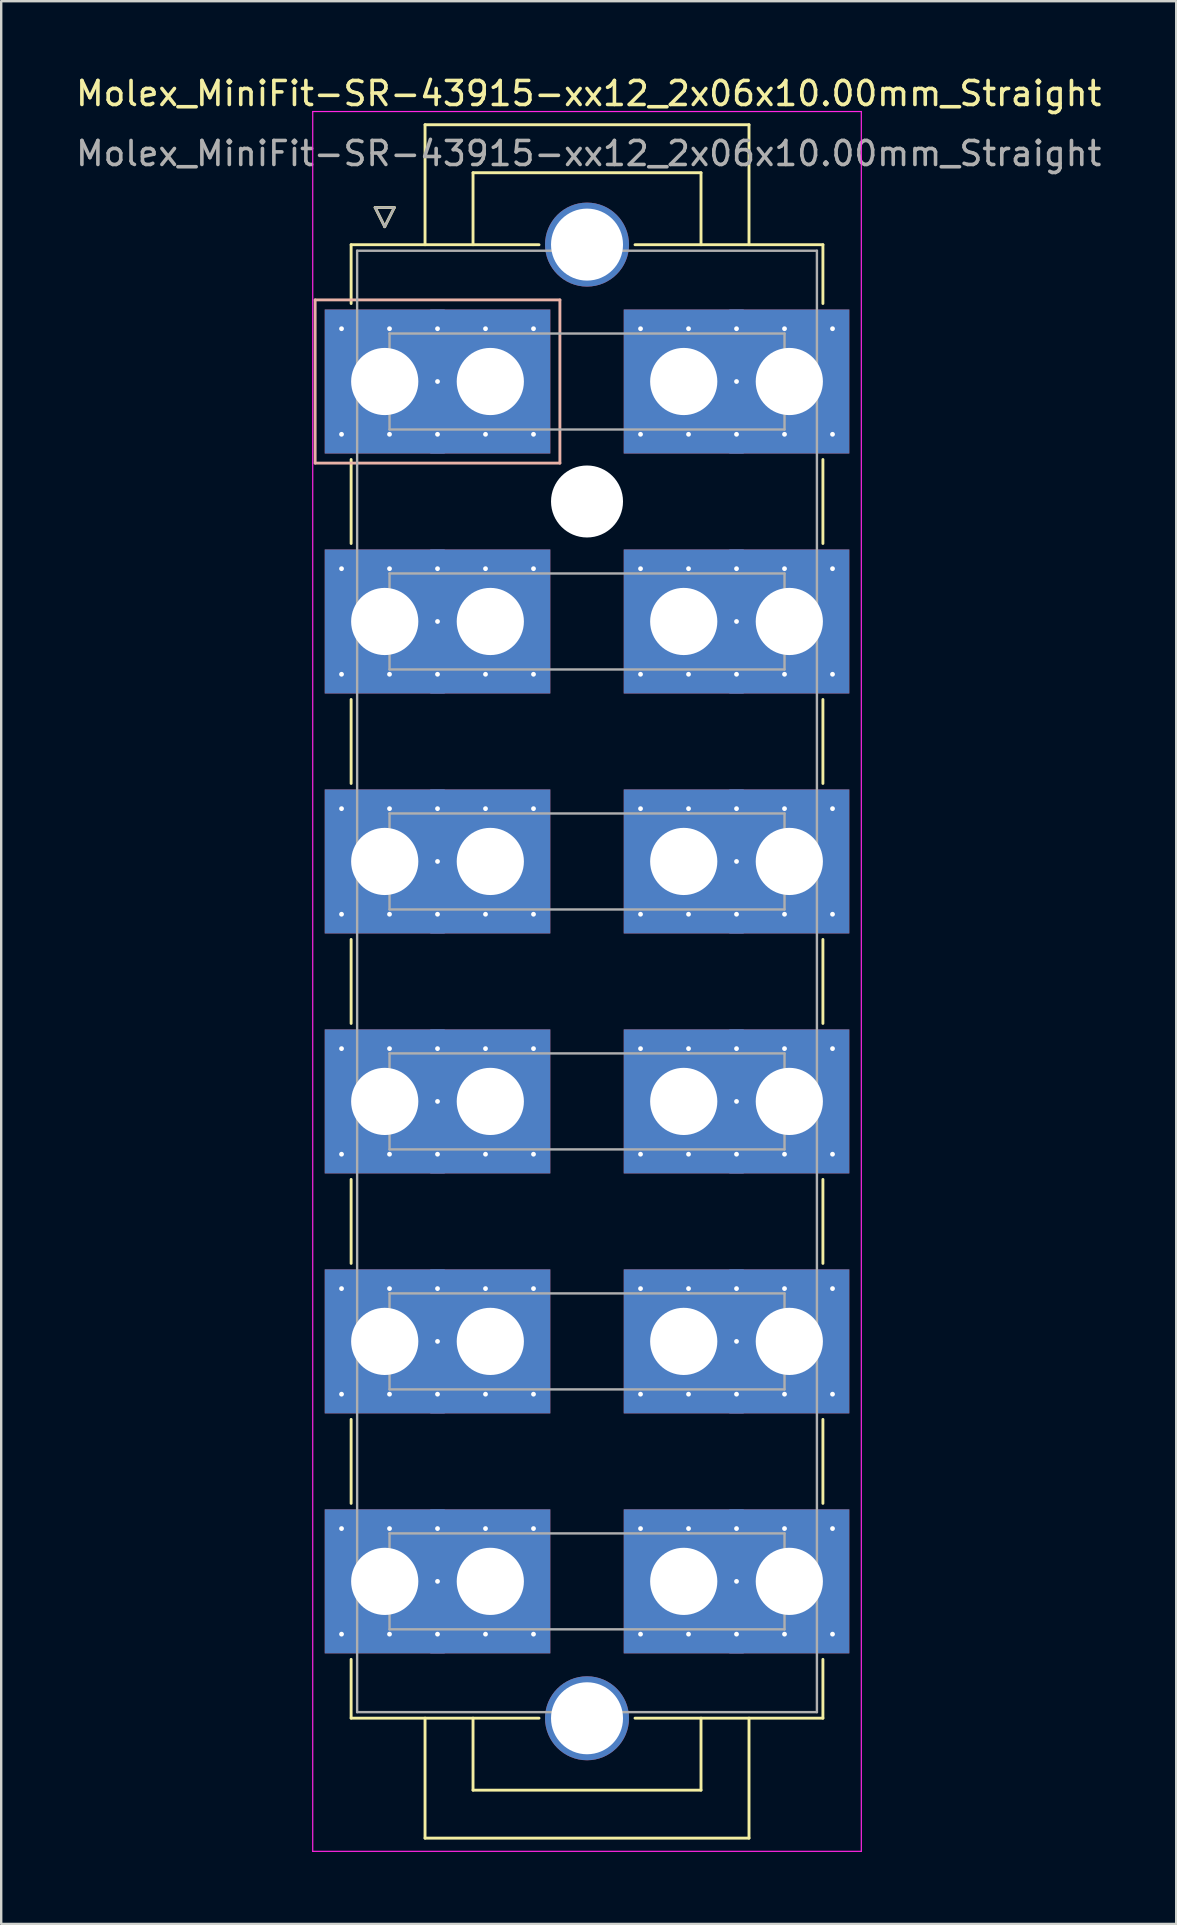
<source format=kicad_pcb>
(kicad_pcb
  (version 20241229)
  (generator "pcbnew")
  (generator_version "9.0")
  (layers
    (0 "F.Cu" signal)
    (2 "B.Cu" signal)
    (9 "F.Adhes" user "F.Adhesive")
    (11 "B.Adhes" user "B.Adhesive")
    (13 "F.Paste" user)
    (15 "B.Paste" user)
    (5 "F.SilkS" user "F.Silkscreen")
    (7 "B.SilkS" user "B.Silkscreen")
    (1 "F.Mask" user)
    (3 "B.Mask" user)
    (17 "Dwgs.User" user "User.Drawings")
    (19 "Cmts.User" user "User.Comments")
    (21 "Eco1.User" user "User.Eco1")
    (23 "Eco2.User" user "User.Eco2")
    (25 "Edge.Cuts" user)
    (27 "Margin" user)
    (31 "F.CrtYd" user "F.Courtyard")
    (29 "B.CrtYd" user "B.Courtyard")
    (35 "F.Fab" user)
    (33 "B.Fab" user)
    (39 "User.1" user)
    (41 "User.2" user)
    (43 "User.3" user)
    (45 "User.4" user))
  (footprint "Molex_MiniFit-SR-43915-xx12_2x06x10.00mm_Straight"
    (layer "F.Cu")
    (at 12.982 12.848)
    (property "Reference" "Molex_MiniFit-SR-43915-xx12_2x06x10.00mm_Straight" (at 8.5 -12 0) (layer "F.SilkS") (effects (font (size 1 1) (thickness 0.15))))
    (attr through_hole)
    (fp_line (start -1.4 -5.7) (end 6.43 -5.7) (stroke (width 0.12) (type solid)) (layer "F.SilkS"))
    (fp_line (start -1.4 -3.25) (end -1.4 -5.7) (stroke (width 0.12) (type solid)) (layer "F.SilkS"))
    (fp_line (start -1.4 3.25) (end -1.4 6.75) (stroke (width 0.12) (type solid)) (layer "F.SilkS"))
    (fp_line (start -1.4 13.25) (end -1.4 16.75) (stroke (width 0.12) (type solid)) (layer "F.SilkS"))
    (fp_line (start -1.4 23.25) (end -1.4 26.75) (stroke (width 0.12) (type solid)) (layer "F.SilkS"))
    (fp_line (start -1.4 33.25) (end -1.4 36.75) (stroke (width 0.12) (type solid)) (layer "F.SilkS"))
    (fp_line (start -1.4 43.25) (end -1.4 46.75) (stroke (width 0.12) (type solid)) (layer "F.SilkS"))
    (fp_line (start -1.4 53.25) (end -1.4 55.7) (stroke (width 0.12) (type solid)) (layer "F.SilkS"))
    (fp_line (start -1.4 55.7) (end 6.43 55.7) (stroke (width 0.12) (type solid)) (layer "F.SilkS"))
    (fp_line (start -0.4 -7.25) (end 0 -6.45) (stroke (width 0.12) (type solid)) (layer "F.SilkS"))
    (fp_line (start 0 -6.45) (end 0.4 -7.25) (stroke (width 0.12) (type solid)) (layer "F.SilkS"))
    (fp_line (start 0.4 -7.25) (end -0.4 -7.25) (stroke (width 0.12) (type solid)) (layer "F.SilkS"))
    (fp_line (start 1.68 -10.7) (end 1.68 -5.7) (stroke (width 0.12) (type solid)) (layer "F.SilkS"))
    (fp_line (start 1.68 60.7) (end 1.68 55.7) (stroke (width 0.12) (type solid)) (layer "F.SilkS"))
    (fp_line (start 3.68 -8.7) (end 3.68 -5.7) (stroke (width 0.12) (type solid)) (layer "F.SilkS"))
    (fp_line (start 3.68 58.7) (end 3.68 55.7) (stroke (width 0.12) (type solid)) (layer "F.SilkS"))
    (fp_line (start 13.18 -8.7) (end 3.68 -8.7) (stroke (width 0.12) (type solid)) (layer "F.SilkS"))
    (fp_line (start 13.18 -5.7) (end 13.18 -8.7) (stroke (width 0.12) (type solid)) (layer "F.SilkS"))
    (fp_line (start 13.18 55.7) (end 13.18 58.7) (stroke (width 0.12) (type solid)) (layer "F.SilkS"))
    (fp_line (start 13.18 58.7) (end 3.68 58.7) (stroke (width 0.12) (type solid)) (layer "F.SilkS"))
    (fp_line (start 15.18 -10.7) (end 1.68 -10.7) (stroke (width 0.12) (type solid)) (layer "F.SilkS"))
    (fp_line (start 15.18 -5.7) (end 15.18 -10.7) (stroke (width 0.12) (type solid)) (layer "F.SilkS"))
    (fp_line (start 15.18 55.7) (end 15.18 60.7) (stroke (width 0.12) (type solid)) (layer "F.SilkS"))
    (fp_line (start 15.18 60.7) (end 1.68 60.7) (stroke (width 0.12) (type solid)) (layer "F.SilkS"))
    (fp_line (start 18.26 -5.7) (end 10.43 -5.7) (stroke (width 0.12) (type solid)) (layer "F.SilkS"))
    (fp_line (start 18.26 -3.25) (end 18.26 -5.7) (stroke (width 0.12) (type solid)) (layer "F.SilkS"))
    (fp_line (start 18.26 3.25) (end 18.26 6.75) (stroke (width 0.12) (type solid)) (layer "F.SilkS"))
    (fp_line (start 18.26 13.25) (end 18.26 16.75) (stroke (width 0.12) (type solid)) (layer "F.SilkS"))
    (fp_line (start 18.26 23.25) (end 18.26 26.75) (stroke (width 0.12) (type solid)) (layer "F.SilkS"))
    (fp_line (start 18.26 33.25) (end 18.26 36.75) (stroke (width 0.12) (type solid)) (layer "F.SilkS"))
    (fp_line (start 18.26 43.25) (end 18.26 46.75) (stroke (width 0.12) (type solid)) (layer "F.SilkS"))
    (fp_line (start 18.26 53.25) (end 18.26 55.7) (stroke (width 0.12) (type solid)) (layer "F.SilkS"))
    (fp_line (start 18.26 55.7) (end 10.43 55.7) (stroke (width 0.12) (type solid)) (layer "F.SilkS"))
    (fp_line (start -2.9 -3.4) (end -2.9 3.4) (stroke (width 0.12) (type solid)) (layer "B.SilkS"))
    (fp_line (start -2.9 3.4) (end 7.3 3.4) (stroke (width 0.12) (type solid)) (layer "B.SilkS"))
    (fp_line (start 7.3 -3.4) (end -2.9 -3.4) (stroke (width 0.12) (type solid)) (layer "B.SilkS"))
    (fp_line (start 7.3 3.4) (end 7.3 -3.4) (stroke (width 0.12) (type solid)) (layer "B.SilkS"))
    (fp_line (start -3 -11.25) (end -3 61.25) (stroke (width 0.05) (type solid)) (layer "F.CrtYd"))
    (fp_line (start -3 61.25) (end 19.86 61.25) (stroke (width 0.05) (type solid)) (layer "F.CrtYd"))
    (fp_line (start 19.86 -11.25) (end -3 -11.25) (stroke (width 0.05) (type solid)) (layer "F.CrtYd"))
    (fp_line (start 19.86 61.25) (end 19.86 -11.25) (stroke (width 0.05) (type solid)) (layer "F.CrtYd"))
    (fp_line (start -1.15 -5.45) (end -1.15 55.45) (stroke (width 0.1) (type solid)) (layer "F.Fab"))
    (fp_line (start -1.15 55.45) (end 18.01 55.45) (stroke (width 0.1) (type solid)) (layer "F.Fab"))
    (fp_line (start -0.4 -7.25) (end 0 -6.45) (stroke (width 0.1) (type solid)) (layer "F.Fab"))
    (fp_line (start 0 -6.45) (end 0.4 -7.25) (stroke (width 0.1) (type solid)) (layer "F.Fab"))
    (fp_line (start 0.2 -2) (end 0.2 2) (stroke (width 0.1) (type solid)) (layer "F.Fab"))
    (fp_line (start 0.2 2) (end 16.66 2) (stroke (width 0.1) (type solid)) (layer "F.Fab"))
    (fp_line (start 0.2 8) (end 0.2 12) (stroke (width 0.1) (type solid)) (layer "F.Fab"))
    (fp_line (start 0.2 12) (end 16.66 12) (stroke (width 0.1) (type solid)) (layer "F.Fab"))
    (fp_line (start 0.2 18) (end 0.2 22) (stroke (width 0.1) (type solid)) (layer "F.Fab"))
    (fp_line (start 0.2 22) (end 16.66 22) (stroke (width 0.1) (type solid)) (layer "F.Fab"))
    (fp_line (start 0.2 28) (end 0.2 32) (stroke (width 0.1) (type solid)) (layer "F.Fab"))
    (fp_line (start 0.2 32) (end 16.66 32) (stroke (width 0.1) (type solid)) (layer "F.Fab"))
    (fp_line (start 0.2 38) (end 0.2 42) (stroke (width 0.1) (type solid)) (layer "F.Fab"))
    (fp_line (start 0.2 42) (end 16.66 42) (stroke (width 0.1) (type solid)) (layer "F.Fab"))
    (fp_line (start 0.2 48) (end 0.2 52) (stroke (width 0.1) (type solid)) (layer "F.Fab"))
    (fp_line (start 0.2 52) (end 16.66 52) (stroke (width 0.1) (type solid)) (layer "F.Fab"))
    (fp_line (start 0.4 -7.25) (end -0.4 -7.25) (stroke (width 0.1) (type solid)) (layer "F.Fab"))
    (fp_line (start 16.66 -2) (end 0.2 -2) (stroke (width 0.1) (type solid)) (layer "F.Fab"))
    (fp_line (start 16.66 2) (end 16.66 -2) (stroke (width 0.1) (type solid)) (layer "F.Fab"))
    (fp_line (start 16.66 8) (end 0.2 8) (stroke (width 0.1) (type solid)) (layer "F.Fab"))
    (fp_line (start 16.66 12) (end 16.66 8) (stroke (width 0.1) (type solid)) (layer "F.Fab"))
    (fp_line (start 16.66 18) (end 0.2 18) (stroke (width 0.1) (type solid)) (layer "F.Fab"))
    (fp_line (start 16.66 22) (end 16.66 18) (stroke (width 0.1) (type solid)) (layer "F.Fab"))
    (fp_line (start 16.66 28) (end 0.2 28) (stroke (width 0.1) (type solid)) (layer "F.Fab"))
    (fp_line (start 16.66 32) (end 16.66 28) (stroke (width 0.1) (type solid)) (layer "F.Fab"))
    (fp_line (start 16.66 38) (end 0.2 38) (stroke (width 0.1) (type solid)) (layer "F.Fab"))
    (fp_line (start 16.66 42) (end 16.66 38) (stroke (width 0.1) (type solid)) (layer "F.Fab"))
    (fp_line (start 16.66 48) (end 0.2 48) (stroke (width 0.1) (type solid)) (layer "F.Fab"))
    (fp_line (start 16.66 52) (end 16.66 48) (stroke (width 0.1) (type solid)) (layer "F.Fab"))
    (fp_line (start 18.01 -5.45) (end -1.15 -5.45) (stroke (width 0.1) (type solid)) (layer "F.Fab"))
    (fp_line (start 18.01 55.45) (end 18.01 -5.45) (stroke (width 0.1) (type solid)) (layer "F.Fab"))
    (fp_text user "${REFERENCE}" (at 8.5 -9.5 0) (layer "F.Fab") (effects (font (size 1 1) (thickness 0.15))))
    (pad "" thru_hole circle (at 2.2 0 270) (size 0.5 0.5) (drill 0.2) (layers "*.Cu" "*.Mask"))
    (pad "" thru_hole circle (at 2.2 10 270) (size 0.5 0.5) (drill 0.2) (layers "*.Cu" "*.Mask"))
    (pad "" thru_hole circle (at 2.2 20 270) (size 0.5 0.5) (drill 0.2) (layers "*.Cu" "*.Mask"))
    (pad "" thru_hole circle (at 2.2 30 270) (size 0.5 0.5) (drill 0.2) (layers "*.Cu" "*.Mask"))
    (pad "" thru_hole circle (at 2.2 40 270) (size 0.5 0.5) (drill 0.2) (layers "*.Cu" "*.Mask"))
    (pad "" thru_hole circle (at 2.2 50 270) (size 0.5 0.5) (drill 0.2) (layers "*.Cu" "*.Mask"))
    (pad "" thru_hole circle (at 8.43 -5.705 270) (size 3.5 3.5) (drill 3) (layers "*.Cu" "*.Mask"))
    (pad "" np_thru_hole circle (at 8.43 5 270) (size 3 3) (drill 3) (layers "*.Cu" "*.Mask"))
    (pad "" thru_hole circle (at 8.43 55.705 270) (size 3.5 3.5) (drill 3) (layers "*.Cu" "*.Mask"))
    (pad "" thru_hole circle (at 14.66 0 270) (size 0.5 0.5) (drill 0.2) (layers "*.Cu" "*.Mask"))
    (pad "" thru_hole circle (at 14.66 10 270) (size 0.5 0.5) (drill 0.2) (layers "*.Cu" "*.Mask"))
    (pad "" thru_hole circle (at 14.66 20 270) (size 0.5 0.5) (drill 0.2) (layers "*.Cu" "*.Mask"))
    (pad "" thru_hole circle (at 14.66 30 270) (size 0.5 0.5) (drill 0.2) (layers "*.Cu" "*.Mask"))
    (pad "" thru_hole circle (at 14.66 40 270) (size 0.5 0.5) (drill 0.2) (layers "*.Cu" "*.Mask"))
    (pad "" thru_hole circle (at 14.66 50 270) (size 0.5 0.5) (drill 0.2) (layers "*.Cu" "*.Mask"))
    (pad "1" thru_hole rect (at -1.8 -2.2 270) (size 0.5 0.5) (drill 0.2) (layers "*.Cu" "*.Mask"))
    (pad "1" thru_hole rect (at -1.8 2.2 270) (size 0.5 0.5) (drill 0.2) (layers "*.Cu" "*.Mask"))
    (pad "1" thru_hole rect (at 0 0 270) (size 6 5) (drill 2.8) (layers "*.Cu" "*.Mask"))
    (pad "1" thru_hole rect (at 0.2 -2.2 270) (size 0.5 0.5) (drill 0.2) (layers "*.Cu" "*.Mask"))
    (pad "1" thru_hole rect (at 0.2 2.2 270) (size 0.5 0.5) (drill 0.2) (layers "*.Cu" "*.Mask"))
    (pad "1" thru_hole rect (at 2.2 -2.2 270) (size 0.5 0.5) (drill 0.2) (layers "*.Cu" "*.Mask"))
    (pad "1" thru_hole rect (at 2.2 2.2 270) (size 0.5 0.5) (drill 0.2) (layers "*.Cu" "*.Mask"))
    (pad "1" thru_hole rect (at 4.2 -2.2 270) (size 0.5 0.5) (drill 0.2) (layers "*.Cu" "*.Mask"))
    (pad "1" thru_hole rect (at 4.2 2.2 270) (size 0.5 0.5) (drill 0.2) (layers "*.Cu" "*.Mask"))
    (pad "1" thru_hole rect (at 4.4 0 270) (size 6 5) (drill 2.8) (layers "*.Cu" "*.Mask"))
    (pad "1" thru_hole rect (at 6.2 -2.2 270) (size 0.5 0.5) (drill 0.2) (layers "*.Cu" "*.Mask"))
    (pad "1" thru_hole rect (at 6.2 2.2 270) (size 0.5 0.5) (drill 0.2) (layers "*.Cu" "*.Mask"))
    (pad "2" thru_hole circle (at 10.66 -2.2 270) (size 0.5 0.5) (drill 0.2) (layers "*.Cu" "*.Mask"))
    (pad "2" thru_hole circle (at 10.66 2.2 270) (size 0.5 0.5) (drill 0.2) (layers "*.Cu" "*.Mask"))
    (pad "2" thru_hole rect (at 12.46 0 270) (size 6 5) (drill 2.8) (layers "*.Cu" "*.Mask"))
    (pad "2" thru_hole circle (at 12.66 -2.2 270) (size 0.5 0.5) (drill 0.2) (layers "*.Cu" "*.Mask"))
    (pad "2" thru_hole circle (at 12.66 2.2 270) (size 0.5 0.5) (drill 0.2) (layers "*.Cu" "*.Mask"))
    (pad "2" thru_hole circle (at 14.66 -2.2 270) (size 0.5 0.5) (drill 0.2) (layers "*.Cu" "*.Mask"))
    (pad "2" thru_hole circle (at 14.66 2.2 270) (size 0.5 0.5) (drill 0.2) (layers "*.Cu" "*.Mask"))
    (pad "2" thru_hole circle (at 16.66 -2.2 270) (size 0.5 0.5) (drill 0.2) (layers "*.Cu" "*.Mask"))
    (pad "2" thru_hole circle (at 16.66 2.2 270) (size 0.5 0.5) (drill 0.2) (layers "*.Cu" "*.Mask"))
    (pad "2" thru_hole rect (at 16.86 0 270) (size 6 5) (drill 2.8) (layers "*.Cu" "*.Mask"))
    (pad "2" thru_hole circle (at 18.66 -2.2 270) (size 0.5 0.5) (drill 0.2) (layers "*.Cu" "*.Mask"))
    (pad "2" thru_hole circle (at 18.66 2.2 270) (size 0.5 0.5) (drill 0.2) (layers "*.Cu" "*.Mask"))
    (pad "3" thru_hole circle (at -1.8 7.8 270) (size 0.5 0.5) (drill 0.2) (layers "*.Cu" "*.Mask"))
    (pad "3" thru_hole circle (at -1.8 12.2 270) (size 0.5 0.5) (drill 0.2) (layers "*.Cu" "*.Mask"))
    (pad "3" thru_hole rect (at 0 10 270) (size 6 5) (drill 2.8) (layers "*.Cu" "*.Mask"))
    (pad "3" thru_hole circle (at 0.2 7.8 270) (size 0.5 0.5) (drill 0.2) (layers "*.Cu" "*.Mask"))
    (pad "3" thru_hole circle (at 0.2 12.2 270) (size 0.5 0.5) (drill 0.2) (layers "*.Cu" "*.Mask"))
    (pad "3" thru_hole circle (at 2.2 7.8 270) (size 0.5 0.5) (drill 0.2) (layers "*.Cu" "*.Mask"))
    (pad "3" thru_hole circle (at 2.2 12.2 270) (size 0.5 0.5) (drill 0.2) (layers "*.Cu" "*.Mask"))
    (pad "3" thru_hole circle (at 4.2 7.8 270) (size 0.5 0.5) (drill 0.2) (layers "*.Cu" "*.Mask"))
    (pad "3" thru_hole circle (at 4.2 12.2 270) (size 0.5 0.5) (drill 0.2) (layers "*.Cu" "*.Mask"))
    (pad "3" thru_hole rect (at 4.4 10 270) (size 6 5) (drill 2.8) (layers "*.Cu" "*.Mask"))
    (pad "3" thru_hole circle (at 6.2 7.8 270) (size 0.5 0.5) (drill 0.2) (layers "*.Cu" "*.Mask"))
    (pad "3" thru_hole circle (at 6.2 12.2 270) (size 0.5 0.5) (drill 0.2) (layers "*.Cu" "*.Mask"))
    (pad "4" thru_hole circle (at 10.66 7.8 270) (size 0.5 0.5) (drill 0.2) (layers "*.Cu" "*.Mask"))
    (pad "4" thru_hole circle (at 10.66 12.2 270) (size 0.5 0.5) (drill 0.2) (layers "*.Cu" "*.Mask"))
    (pad "4" thru_hole rect (at 12.46 10 270) (size 6 5) (drill 2.8) (layers "*.Cu" "*.Mask"))
    (pad "4" thru_hole circle (at 12.66 7.8 270) (size 0.5 0.5) (drill 0.2) (layers "*.Cu" "*.Mask"))
    (pad "4" thru_hole circle (at 12.66 12.2 270) (size 0.5 0.5) (drill 0.2) (layers "*.Cu" "*.Mask"))
    (pad "4" thru_hole circle (at 14.66 7.8 270) (size 0.5 0.5) (drill 0.2) (layers "*.Cu" "*.Mask"))
    (pad "4" thru_hole circle (at 14.66 12.2 270) (size 0.5 0.5) (drill 0.2) (layers "*.Cu" "*.Mask"))
    (pad "4" thru_hole circle (at 16.66 7.8 270) (size 0.5 0.5) (drill 0.2) (layers "*.Cu" "*.Mask"))
    (pad "4" thru_hole circle (at 16.66 12.2 270) (size 0.5 0.5) (drill 0.2) (layers "*.Cu" "*.Mask"))
    (pad "4" thru_hole rect (at 16.86 10 270) (size 6 5) (drill 2.8) (layers "*.Cu" "*.Mask"))
    (pad "4" thru_hole circle (at 18.66 7.8 270) (size 0.5 0.5) (drill 0.2) (layers "*.Cu" "*.Mask"))
    (pad "4" thru_hole circle (at 18.66 12.2 270) (size 0.5 0.5) (drill 0.2) (layers "*.Cu" "*.Mask"))
    (pad "5" thru_hole circle (at -1.8 17.8 270) (size 0.5 0.5) (drill 0.2) (layers "*.Cu" "*.Mask"))
    (pad "5" thru_hole circle (at -1.8 22.2 270) (size 0.5 0.5) (drill 0.2) (layers "*.Cu" "*.Mask"))
    (pad "5" thru_hole rect (at 0 20 270) (size 6 5) (drill 2.8) (layers "*.Cu" "*.Mask"))
    (pad "5" thru_hole circle (at 0.2 17.8 270) (size 0.5 0.5) (drill 0.2) (layers "*.Cu" "*.Mask"))
    (pad "5" thru_hole circle (at 0.2 22.2 270) (size 0.5 0.5) (drill 0.2) (layers "*.Cu" "*.Mask"))
    (pad "5" thru_hole circle (at 2.2 17.8 270) (size 0.5 0.5) (drill 0.2) (layers "*.Cu" "*.Mask"))
    (pad "5" thru_hole circle (at 2.2 22.2 270) (size 0.5 0.5) (drill 0.2) (layers "*.Cu" "*.Mask"))
    (pad "5" thru_hole circle (at 4.2 17.8 270) (size 0.5 0.5) (drill 0.2) (layers "*.Cu" "*.Mask"))
    (pad "5" thru_hole circle (at 4.2 22.2 270) (size 0.5 0.5) (drill 0.2) (layers "*.Cu" "*.Mask"))
    (pad "5" thru_hole rect (at 4.4 20 270) (size 6 5) (drill 2.8) (layers "*.Cu" "*.Mask"))
    (pad "5" thru_hole circle (at 6.2 17.8 270) (size 0.5 0.5) (drill 0.2) (layers "*.Cu" "*.Mask"))
    (pad "5" thru_hole circle (at 6.2 22.2 270) (size 0.5 0.5) (drill 0.2) (layers "*.Cu" "*.Mask"))
    (pad "6" thru_hole circle (at 10.66 17.8 270) (size 0.5 0.5) (drill 0.2) (layers "*.Cu" "*.Mask"))
    (pad "6" thru_hole circle (at 10.66 22.2 270) (size 0.5 0.5) (drill 0.2) (layers "*.Cu" "*.Mask"))
    (pad "6" thru_hole rect (at 12.46 20 270) (size 6 5) (drill 2.8) (layers "*.Cu" "*.Mask"))
    (pad "6" thru_hole circle (at 12.66 17.8 270) (size 0.5 0.5) (drill 0.2) (layers "*.Cu" "*.Mask"))
    (pad "6" thru_hole circle (at 12.66 22.2 270) (size 0.5 0.5) (drill 0.2) (layers "*.Cu" "*.Mask"))
    (pad "6" thru_hole circle (at 14.66 17.8 270) (size 0.5 0.5) (drill 0.2) (layers "*.Cu" "*.Mask"))
    (pad "6" thru_hole circle (at 14.66 22.2 270) (size 0.5 0.5) (drill 0.2) (layers "*.Cu" "*.Mask"))
    (pad "6" thru_hole circle (at 16.66 17.8 270) (size 0.5 0.5) (drill 0.2) (layers "*.Cu" "*.Mask"))
    (pad "6" thru_hole circle (at 16.66 22.2 270) (size 0.5 0.5) (drill 0.2) (layers "*.Cu" "*.Mask"))
    (pad "6" thru_hole rect (at 16.86 20 270) (size 6 5) (drill 2.8) (layers "*.Cu" "*.Mask"))
    (pad "6" thru_hole circle (at 18.66 17.8 270) (size 0.5 0.5) (drill 0.2) (layers "*.Cu" "*.Mask"))
    (pad "6" thru_hole circle (at 18.66 22.2 270) (size 0.5 0.5) (drill 0.2) (layers "*.Cu" "*.Mask"))
    (pad "7" thru_hole circle (at -1.8 27.8 270) (size 0.5 0.5) (drill 0.2) (layers "*.Cu" "*.Mask"))
    (pad "7" thru_hole circle (at -1.8 32.2 270) (size 0.5 0.5) (drill 0.2) (layers "*.Cu" "*.Mask"))
    (pad "7" thru_hole rect (at 0 30 270) (size 6 5) (drill 2.8) (layers "*.Cu" "*.Mask"))
    (pad "7" thru_hole circle (at 0.2 27.8 270) (size 0.5 0.5) (drill 0.2) (layers "*.Cu" "*.Mask"))
    (pad "7" thru_hole circle (at 0.2 32.2 270) (size 0.5 0.5) (drill 0.2) (layers "*.Cu" "*.Mask"))
    (pad "7" thru_hole circle (at 2.2 27.8 270) (size 0.5 0.5) (drill 0.2) (layers "*.Cu" "*.Mask"))
    (pad "7" thru_hole circle (at 2.2 32.2 270) (size 0.5 0.5) (drill 0.2) (layers "*.Cu" "*.Mask"))
    (pad "7" thru_hole circle (at 4.2 27.8 270) (size 0.5 0.5) (drill 0.2) (layers "*.Cu" "*.Mask"))
    (pad "7" thru_hole circle (at 4.2 32.2 270) (size 0.5 0.5) (drill 0.2) (layers "*.Cu" "*.Mask"))
    (pad "7" thru_hole rect (at 4.4 30 270) (size 6 5) (drill 2.8) (layers "*.Cu" "*.Mask"))
    (pad "7" thru_hole circle (at 6.2 27.8 270) (size 0.5 0.5) (drill 0.2) (layers "*.Cu" "*.Mask"))
    (pad "7" thru_hole circle (at 6.2 32.2 270) (size 0.5 0.5) (drill 0.2) (layers "*.Cu" "*.Mask"))
    (pad "8" thru_hole circle (at 10.66 27.8 270) (size 0.5 0.5) (drill 0.2) (layers "*.Cu" "*.Mask"))
    (pad "8" thru_hole circle (at 10.66 32.2 270) (size 0.5 0.5) (drill 0.2) (layers "*.Cu" "*.Mask"))
    (pad "8" thru_hole rect (at 12.46 30 270) (size 6 5) (drill 2.8) (layers "*.Cu" "*.Mask"))
    (pad "8" thru_hole circle (at 12.66 27.8 270) (size 0.5 0.5) (drill 0.2) (layers "*.Cu" "*.Mask"))
    (pad "8" thru_hole circle (at 12.66 32.2 270) (size 0.5 0.5) (drill 0.2) (layers "*.Cu" "*.Mask"))
    (pad "8" thru_hole circle (at 14.66 27.8 270) (size 0.5 0.5) (drill 0.2) (layers "*.Cu" "*.Mask"))
    (pad "8" thru_hole circle (at 14.66 32.2 270) (size 0.5 0.5) (drill 0.2) (layers "*.Cu" "*.Mask"))
    (pad "8" thru_hole circle (at 16.66 27.8 270) (size 0.5 0.5) (drill 0.2) (layers "*.Cu" "*.Mask"))
    (pad "8" thru_hole circle (at 16.66 32.2 270) (size 0.5 0.5) (drill 0.2) (layers "*.Cu" "*.Mask"))
    (pad "8" thru_hole rect (at 16.86 30 270) (size 6 5) (drill 2.8) (layers "*.Cu" "*.Mask"))
    (pad "8" thru_hole circle (at 18.66 27.8 270) (size 0.5 0.5) (drill 0.2) (layers "*.Cu" "*.Mask"))
    (pad "8" thru_hole circle (at 18.66 32.2 270) (size 0.5 0.5) (drill 0.2) (layers "*.Cu" "*.Mask"))
    (pad "9" thru_hole circle (at -1.8 37.8 270) (size 0.5 0.5) (drill 0.2) (layers "*.Cu" "*.Mask"))
    (pad "9" thru_hole circle (at -1.8 42.2 270) (size 0.5 0.5) (drill 0.2) (layers "*.Cu" "*.Mask"))
    (pad "9" thru_hole rect (at 0 40 270) (size 6 5) (drill 2.8) (layers "*.Cu" "*.Mask"))
    (pad "9" thru_hole circle (at 0.2 37.8 270) (size 0.5 0.5) (drill 0.2) (layers "*.Cu" "*.Mask"))
    (pad "9" thru_hole circle (at 0.2 42.2 270) (size 0.5 0.5) (drill 0.2) (layers "*.Cu" "*.Mask"))
    (pad "9" thru_hole circle (at 2.2 37.8 270) (size 0.5 0.5) (drill 0.2) (layers "*.Cu" "*.Mask"))
    (pad "9" thru_hole circle (at 2.2 42.2 270) (size 0.5 0.5) (drill 0.2) (layers "*.Cu" "*.Mask"))
    (pad "9" thru_hole circle (at 4.2 37.8 270) (size 0.5 0.5) (drill 0.2) (layers "*.Cu" "*.Mask"))
    (pad "9" thru_hole circle (at 4.2 42.2 270) (size 0.5 0.5) (drill 0.2) (layers "*.Cu" "*.Mask"))
    (pad "9" thru_hole rect (at 4.4 40 270) (size 6 5) (drill 2.8) (layers "*.Cu" "*.Mask"))
    (pad "9" thru_hole circle (at 6.2 37.8 270) (size 0.5 0.5) (drill 0.2) (layers "*.Cu" "*.Mask"))
    (pad "9" thru_hole circle (at 6.2 42.2 270) (size 0.5 0.5) (drill 0.2) (layers "*.Cu" "*.Mask"))
    (pad "10" thru_hole circle (at 10.66 37.8 270) (size 0.5 0.5) (drill 0.2) (layers "*.Cu" "*.Mask"))
    (pad "10" thru_hole circle (at 10.66 42.2 270) (size 0.5 0.5) (drill 0.2) (layers "*.Cu" "*.Mask"))
    (pad "10" thru_hole rect (at 12.46 40 270) (size 6 5) (drill 2.8) (layers "*.Cu" "*.Mask"))
    (pad "10" thru_hole circle (at 12.66 37.8 270) (size 0.5 0.5) (drill 0.2) (layers "*.Cu" "*.Mask"))
    (pad "10" thru_hole circle (at 12.66 42.2 270) (size 0.5 0.5) (drill 0.2) (layers "*.Cu" "*.Mask"))
    (pad "10" thru_hole circle (at 14.66 37.8 270) (size 0.5 0.5) (drill 0.2) (layers "*.Cu" "*.Mask"))
    (pad "10" thru_hole circle (at 14.66 42.2 270) (size 0.5 0.5) (drill 0.2) (layers "*.Cu" "*.Mask"))
    (pad "10" thru_hole circle (at 16.66 37.8 270) (size 0.5 0.5) (drill 0.2) (layers "*.Cu" "*.Mask"))
    (pad "10" thru_hole circle (at 16.66 42.2 270) (size 0.5 0.5) (drill 0.2) (layers "*.Cu" "*.Mask"))
    (pad "10" thru_hole rect (at 16.86 40 270) (size 6 5) (drill 2.8) (layers "*.Cu" "*.Mask"))
    (pad "10" thru_hole circle (at 18.66 37.8 270) (size 0.5 0.5) (drill 0.2) (layers "*.Cu" "*.Mask"))
    (pad "10" thru_hole circle (at 18.66 42.2 270) (size 0.5 0.5) (drill 0.2) (layers "*.Cu" "*.Mask"))
    (pad "11" thru_hole circle (at -1.8 47.8 270) (size 0.5 0.5) (drill 0.2) (layers "*.Cu" "*.Mask"))
    (pad "11" thru_hole circle (at -1.8 52.2 270) (size 0.5 0.5) (drill 0.2) (layers "*.Cu" "*.Mask"))
    (pad "11" thru_hole rect (at 0 50 270) (size 6 5) (drill 2.8) (layers "*.Cu" "*.Mask"))
    (pad "11" thru_hole circle (at 0.2 47.8 270) (size 0.5 0.5) (drill 0.2) (layers "*.Cu" "*.Mask"))
    (pad "11" thru_hole circle (at 0.2 52.2 270) (size 0.5 0.5) (drill 0.2) (layers "*.Cu" "*.Mask"))
    (pad "11" thru_hole circle (at 2.2 47.8 270) (size 0.5 0.5) (drill 0.2) (layers "*.Cu" "*.Mask"))
    (pad "11" thru_hole circle (at 2.2 52.2 270) (size 0.5 0.5) (drill 0.2) (layers "*.Cu" "*.Mask"))
    (pad "11" thru_hole circle (at 4.2 47.8 270) (size 0.5 0.5) (drill 0.2) (layers "*.Cu" "*.Mask"))
    (pad "11" thru_hole circle (at 4.2 52.2 270) (size 0.5 0.5) (drill 0.2) (layers "*.Cu" "*.Mask"))
    (pad "11" thru_hole rect (at 4.4 50 270) (size 6 5) (drill 2.8) (layers "*.Cu" "*.Mask"))
    (pad "11" thru_hole circle (at 6.2 47.8 270) (size 0.5 0.5) (drill 0.2) (layers "*.Cu" "*.Mask"))
    (pad "11" thru_hole circle (at 6.2 52.2 270) (size 0.5 0.5) (drill 0.2) (layers "*.Cu" "*.Mask"))
    (pad "12" thru_hole circle (at 10.66 47.8 270) (size 0.5 0.5) (drill 0.2) (layers "*.Cu" "*.Mask"))
    (pad "12" thru_hole circle (at 10.66 52.2 270) (size 0.5 0.5) (drill 0.2) (layers "*.Cu" "*.Mask"))
    (pad "12" thru_hole rect (at 12.46 50 270) (size 6 5) (drill 2.8) (layers "*.Cu" "*.Mask"))
    (pad "12" thru_hole circle (at 12.66 47.8 270) (size 0.5 0.5) (drill 0.2) (layers "*.Cu" "*.Mask"))
    (pad "12" thru_hole circle (at 12.66 52.2 270) (size 0.5 0.5) (drill 0.2) (layers "*.Cu" "*.Mask"))
    (pad "12" thru_hole circle (at 14.66 47.8 270) (size 0.5 0.5) (drill 0.2) (layers "*.Cu" "*.Mask"))
    (pad "12" thru_hole circle (at 14.66 52.2 270) (size 0.5 0.5) (drill 0.2) (layers "*.Cu" "*.Mask"))
    (pad "12" thru_hole circle (at 16.66 47.8 270) (size 0.5 0.5) (drill 0.2) (layers "*.Cu" "*.Mask"))
    (pad "12" thru_hole circle (at 16.66 52.2 270) (size 0.5 0.5) (drill 0.2) (layers "*.Cu" "*.Mask"))
    (pad "12" thru_hole rect (at 16.86 50 270) (size 6 5) (drill 2.8) (layers "*.Cu" "*.Mask"))
    (pad "12" thru_hole circle (at 18.66 47.8 270) (size 0.5 0.5) (drill 0.2) (layers "*.Cu" "*.Mask"))
    (pad "12" thru_hole circle (at 18.66 52.2 270) (size 0.5 0.5) (drill 0.2) (layers "*.Cu" "*.Mask")))
  (gr_rect
    (start -3 -3)
    (end 45.964 77.123)
    (stroke (width 0.1) (type default))
    (fill no)
    (layer "Edge.Cuts")))
</source>
